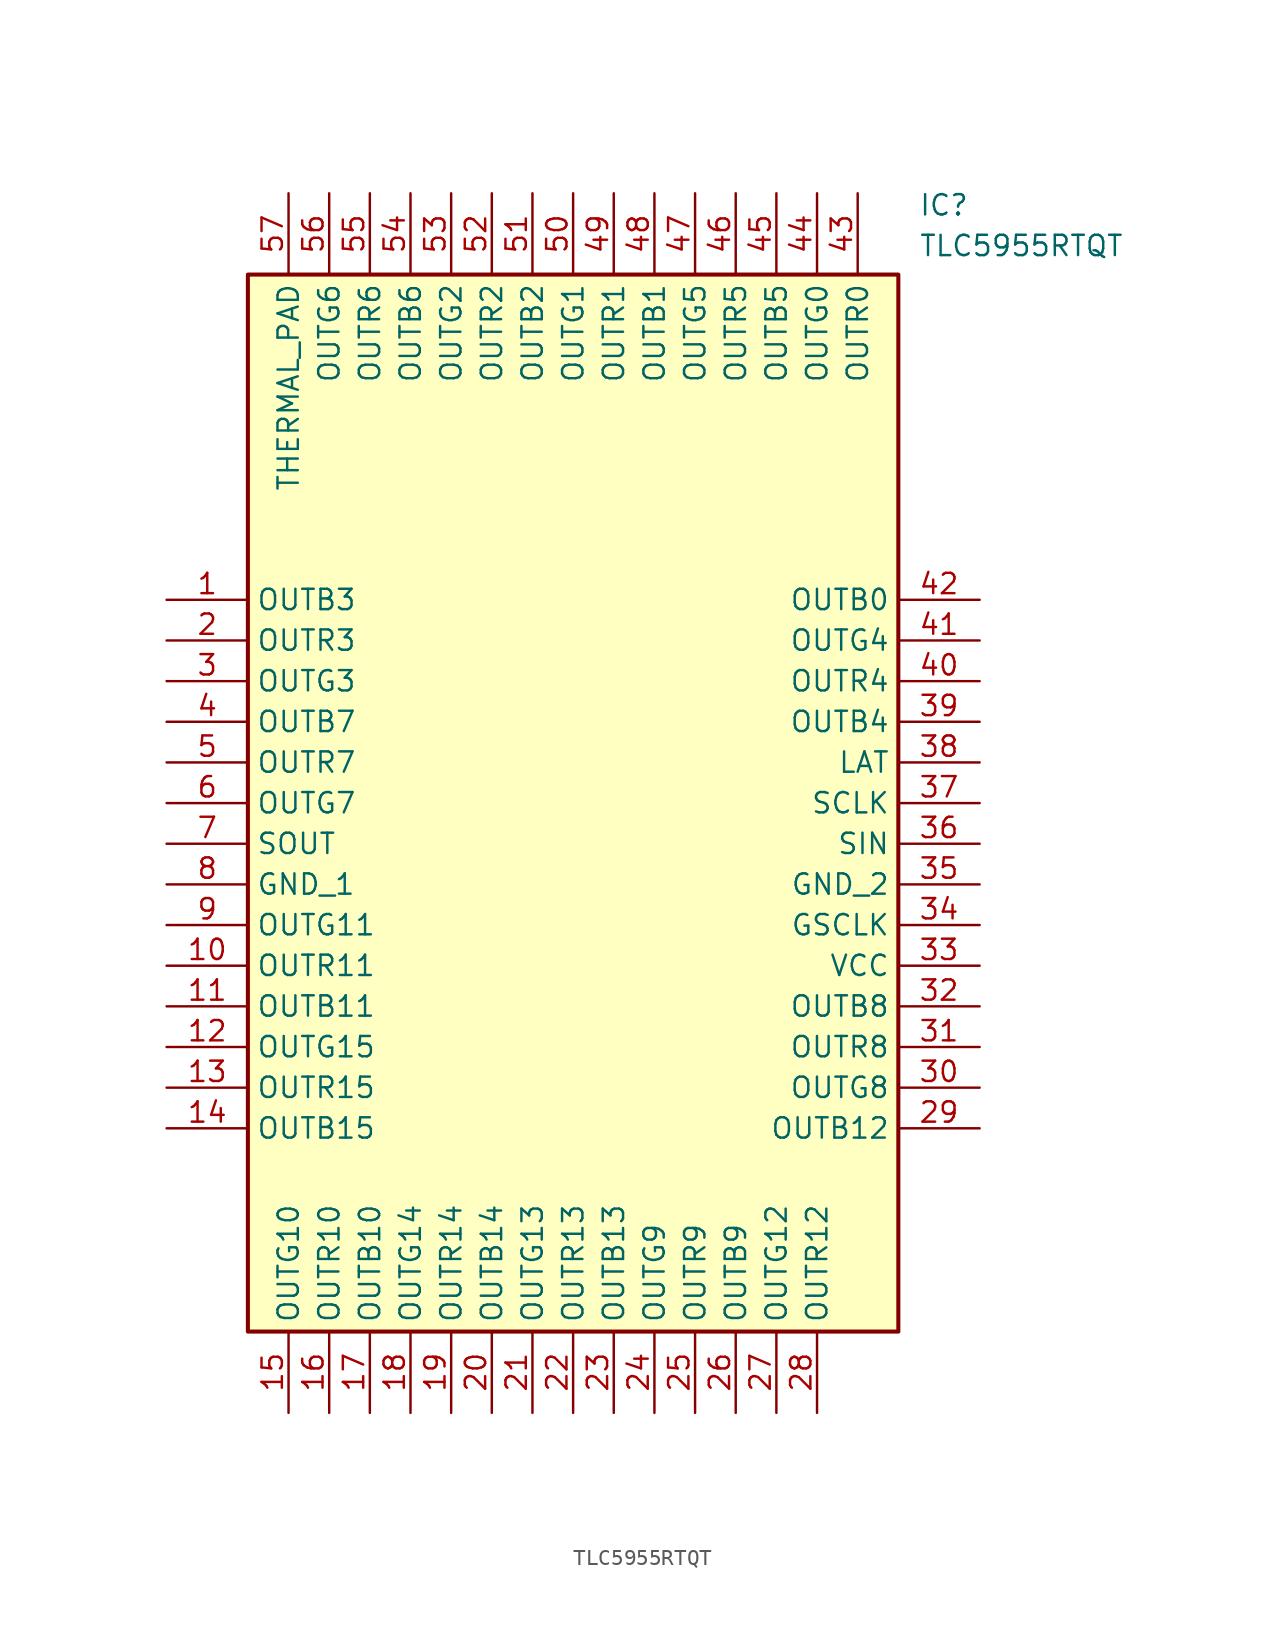
<source format=kicad_sym>
(kicad_symbol_lib
  (version 20241209)
  (generator "kicad_symbol_editor")
  (generator_version "9.0")
  (symbol "TLC5955RTQT"
    (property "Reference" "IC"
      (at 46.99 25.4 0)
      (effects (font (size 1.27 1.27)) (justify left top)))
    (property "Value" "TLC5955RTQT"
      (at 46.99 22.86 0)
      (effects (font (size 1.27 1.27)) (justify left top)))
    (symbol "TLC5955RTQT_1_1"
      (rectangle (start 5.08 20.32) (end 45.72 -45.72) (stroke (width 0.254) (type default)) (fill (type background)))
      (pin passive line (at 0 0 0) (length 5.08) (name "OUTB3" (effects (font (size 1.27 1.27)))) (number "1" (effects (font (size 1.27 1.27)))))
      (pin passive line (at 0 -2.54 0) (length 5.08) (name "OUTR3" (effects (font (size 1.27 1.27)))) (number "2" (effects (font (size 1.27 1.27)))))
      (pin passive line (at 0 -5.08 0) (length 5.08) (name "OUTG3" (effects (font (size 1.27 1.27)))) (number "3" (effects (font (size 1.27 1.27)))))
      (pin passive line (at 0 -7.62 0) (length 5.08) (name "OUTB7" (effects (font (size 1.27 1.27)))) (number "4" (effects (font (size 1.27 1.27)))))
      (pin passive line (at 0 -10.16 0) (length 5.08) (name "OUTR7" (effects (font (size 1.27 1.27)))) (number "5" (effects (font (size 1.27 1.27)))))
      (pin passive line (at 0 -12.7 0) (length 5.08) (name "OUTG7" (effects (font (size 1.27 1.27)))) (number "6" (effects (font (size 1.27 1.27)))))
      (pin passive line (at 0 -15.24 0) (length 5.08) (name "SOUT" (effects (font (size 1.27 1.27)))) (number "7" (effects (font (size 1.27 1.27)))))
      (pin passive line (at 0 -17.78 0) (length 5.08) (name "GND_1" (effects (font (size 1.27 1.27)))) (number "8" (effects (font (size 1.27 1.27)))))
      (pin passive line (at 0 -20.32 0) (length 5.08) (name "OUTG11" (effects (font (size 1.27 1.27)))) (number "9" (effects (font (size 1.27 1.27)))))
      (pin passive line (at 0 -22.86 0) (length 5.08) (name "OUTR11" (effects (font (size 1.27 1.27)))) (number "10" (effects (font (size 1.27 1.27)))))
      (pin passive line (at 0 -25.4 0) (length 5.08) (name "OUTB11" (effects (font (size 1.27 1.27)))) (number "11" (effects (font (size 1.27 1.27)))))
      (pin passive line (at 0 -27.94 0) (length 5.08) (name "OUTG15" (effects (font (size 1.27 1.27)))) (number "12" (effects (font (size 1.27 1.27)))))
      (pin passive line (at 0 -30.48 0) (length 5.08) (name "OUTR15" (effects (font (size 1.27 1.27)))) (number "13" (effects (font (size 1.27 1.27)))))
      (pin passive line (at 0 -33.02 0) (length 5.08) (name "OUTB15" (effects (font (size 1.27 1.27)))) (number "14" (effects (font (size 1.27 1.27)))))
      (pin passive line (at 7.62 25.4 270) (length 5.08) (name "THERMAL_PAD" (effects (font (size 1.27 1.27)))) (number "57" (effects (font (size 1.27 1.27)))))
      (pin passive line (at 7.62 -50.8 90) (length 5.08) (name "OUTG10" (effects (font (size 1.27 1.27)))) (number "15" (effects (font (size 1.27 1.27)))))
      (pin passive line (at 10.16 25.4 270) (length 5.08) (name "OUTG6" (effects (font (size 1.27 1.27)))) (number "56" (effects (font (size 1.27 1.27)))))
      (pin passive line (at 10.16 -50.8 90) (length 5.08) (name "OUTR10" (effects (font (size 1.27 1.27)))) (number "16" (effects (font (size 1.27 1.27)))))
      (pin passive line (at 12.7 25.4 270) (length 5.08) (name "OUTR6" (effects (font (size 1.27 1.27)))) (number "55" (effects (font (size 1.27 1.27)))))
      (pin passive line (at 12.7 -50.8 90) (length 5.08) (name "OUTB10" (effects (font (size 1.27 1.27)))) (number "17" (effects (font (size 1.27 1.27)))))
      (pin passive line (at 15.24 25.4 270) (length 5.08) (name "OUTB6" (effects (font (size 1.27 1.27)))) (number "54" (effects (font (size 1.27 1.27)))))
      (pin passive line (at 15.24 -50.8 90) (length 5.08) (name "OUTG14" (effects (font (size 1.27 1.27)))) (number "18" (effects (font (size 1.27 1.27)))))
      (pin passive line (at 17.78 25.4 270) (length 5.08) (name "OUTG2" (effects (font (size 1.27 1.27)))) (number "53" (effects (font (size 1.27 1.27)))))
      (pin passive line (at 17.78 -50.8 90) (length 5.08) (name "OUTR14" (effects (font (size 1.27 1.27)))) (number "19" (effects (font (size 1.27 1.27)))))
      (pin passive line (at 20.32 25.4 270) (length 5.08) (name "OUTR2" (effects (font (size 1.27 1.27)))) (number "52" (effects (font (size 1.27 1.27)))))
      (pin passive line (at 20.32 -50.8 90) (length 5.08) (name "OUTB14" (effects (font (size 1.27 1.27)))) (number "20" (effects (font (size 1.27 1.27)))))
      (pin passive line (at 22.86 25.4 270) (length 5.08) (name "OUTB2" (effects (font (size 1.27 1.27)))) (number "51" (effects (font (size 1.27 1.27)))))
      (pin passive line (at 22.86 -50.8 90) (length 5.08) (name "OUTG13" (effects (font (size 1.27 1.27)))) (number "21" (effects (font (size 1.27 1.27)))))
      (pin passive line (at 25.4 25.4 270) (length 5.08) (name "OUTG1" (effects (font (size 1.27 1.27)))) (number "50" (effects (font (size 1.27 1.27)))))
      (pin passive line (at 25.4 -50.8 90) (length 5.08) (name "OUTR13" (effects (font (size 1.27 1.27)))) (number "22" (effects (font (size 1.27 1.27)))))
      (pin passive line (at 27.94 25.4 270) (length 5.08) (name "OUTR1" (effects (font (size 1.27 1.27)))) (number "49" (effects (font (size 1.27 1.27)))))
      (pin passive line (at 27.94 -50.8 90) (length 5.08) (name "OUTB13" (effects (font (size 1.27 1.27)))) (number "23" (effects (font (size 1.27 1.27)))))
      (pin passive line (at 30.48 25.4 270) (length 5.08) (name "OUTB1" (effects (font (size 1.27 1.27)))) (number "48" (effects (font (size 1.27 1.27)))))
      (pin passive line (at 30.48 -50.8 90) (length 5.08) (name "OUTG9" (effects (font (size 1.27 1.27)))) (number "24" (effects (font (size 1.27 1.27)))))
      (pin passive line (at 33.02 25.4 270) (length 5.08) (name "OUTG5" (effects (font (size 1.27 1.27)))) (number "47" (effects (font (size 1.27 1.27)))))
      (pin passive line (at 33.02 -50.8 90) (length 5.08) (name "OUTR9" (effects (font (size 1.27 1.27)))) (number "25" (effects (font (size 1.27 1.27)))))
      (pin passive line (at 35.56 25.4 270) (length 5.08) (name "OUTR5" (effects (font (size 1.27 1.27)))) (number "46" (effects (font (size 1.27 1.27)))))
      (pin passive line (at 35.56 -50.8 90) (length 5.08) (name "OUTB9" (effects (font (size 1.27 1.27)))) (number "26" (effects (font (size 1.27 1.27)))))
      (pin passive line (at 38.1 25.4 270) (length 5.08) (name "OUTB5" (effects (font (size 1.27 1.27)))) (number "45" (effects (font (size 1.27 1.27)))))
      (pin passive line (at 38.1 -50.8 90) (length 5.08) (name "OUTG12" (effects (font (size 1.27 1.27)))) (number "27" (effects (font (size 1.27 1.27)))))
      (pin passive line (at 40.64 25.4 270) (length 5.08) (name "OUTG0" (effects (font (size 1.27 1.27)))) (number "44" (effects (font (size 1.27 1.27)))))
      (pin passive line (at 40.64 -50.8 90) (length 5.08) (name "OUTR12" (effects (font (size 1.27 1.27)))) (number "28" (effects (font (size 1.27 1.27)))))
      (pin passive line (at 43.18 25.4 270) (length 5.08) (name "OUTR0" (effects (font (size 1.27 1.27)))) (number "43" (effects (font (size 1.27 1.27)))))
      (pin passive line (at 50.8 0 180) (length 5.08) (name "OUTB0" (effects (font (size 1.27 1.27)))) (number "42" (effects (font (size 1.27 1.27)))))
      (pin passive line (at 50.8 -2.54 180) (length 5.08) (name "OUTG4" (effects (font (size 1.27 1.27)))) (number "41" (effects (font (size 1.27 1.27)))))
      (pin passive line (at 50.8 -5.08 180) (length 5.08) (name "OUTR4" (effects (font (size 1.27 1.27)))) (number "40" (effects (font (size 1.27 1.27)))))
      (pin passive line (at 50.8 -7.62 180) (length 5.08) (name "OUTB4" (effects (font (size 1.27 1.27)))) (number "39" (effects (font (size 1.27 1.27)))))
      (pin passive line (at 50.8 -10.16 180) (length 5.08) (name "LAT" (effects (font (size 1.27 1.27)))) (number "38" (effects (font (size 1.27 1.27)))))
      (pin passive line (at 50.8 -12.7 180) (length 5.08) (name "SCLK" (effects (font (size 1.27 1.27)))) (number "37" (effects (font (size 1.27 1.27)))))
      (pin passive line (at 50.8 -15.24 180) (length 5.08) (name "SIN" (effects (font (size 1.27 1.27)))) (number "36" (effects (font (size 1.27 1.27)))))
      (pin passive line (at 50.8 -17.78 180) (length 5.08) (name "GND_2" (effects (font (size 1.27 1.27)))) (number "35" (effects (font (size 1.27 1.27)))))
      (pin passive line (at 50.8 -20.32 180) (length 5.08) (name "GSCLK" (effects (font (size 1.27 1.27)))) (number "34" (effects (font (size 1.27 1.27)))))
      (pin passive line (at 50.8 -22.86 180) (length 5.08) (name "VCC" (effects (font (size 1.27 1.27)))) (number "33" (effects (font (size 1.27 1.27)))))
      (pin passive line (at 50.8 -25.4 180) (length 5.08) (name "OUTB8" (effects (font (size 1.27 1.27)))) (number "32" (effects (font (size 1.27 1.27)))))
      (pin passive line (at 50.8 -27.94 180) (length 5.08) (name "OUTR8" (effects (font (size 1.27 1.27)))) (number "31" (effects (font (size 1.27 1.27)))))
      (pin passive line (at 50.8 -30.48 180) (length 5.08) (name "OUTG8" (effects (font (size 1.27 1.27)))) (number "30" (effects (font (size 1.27 1.27)))))
      (pin passive line (at 50.8 -33.02 180) (length 5.08) (name "OUTB12" (effects (font (size 1.27 1.27)))) (number "29" (effects (font (size 1.27 1.27))))))))
</source>
